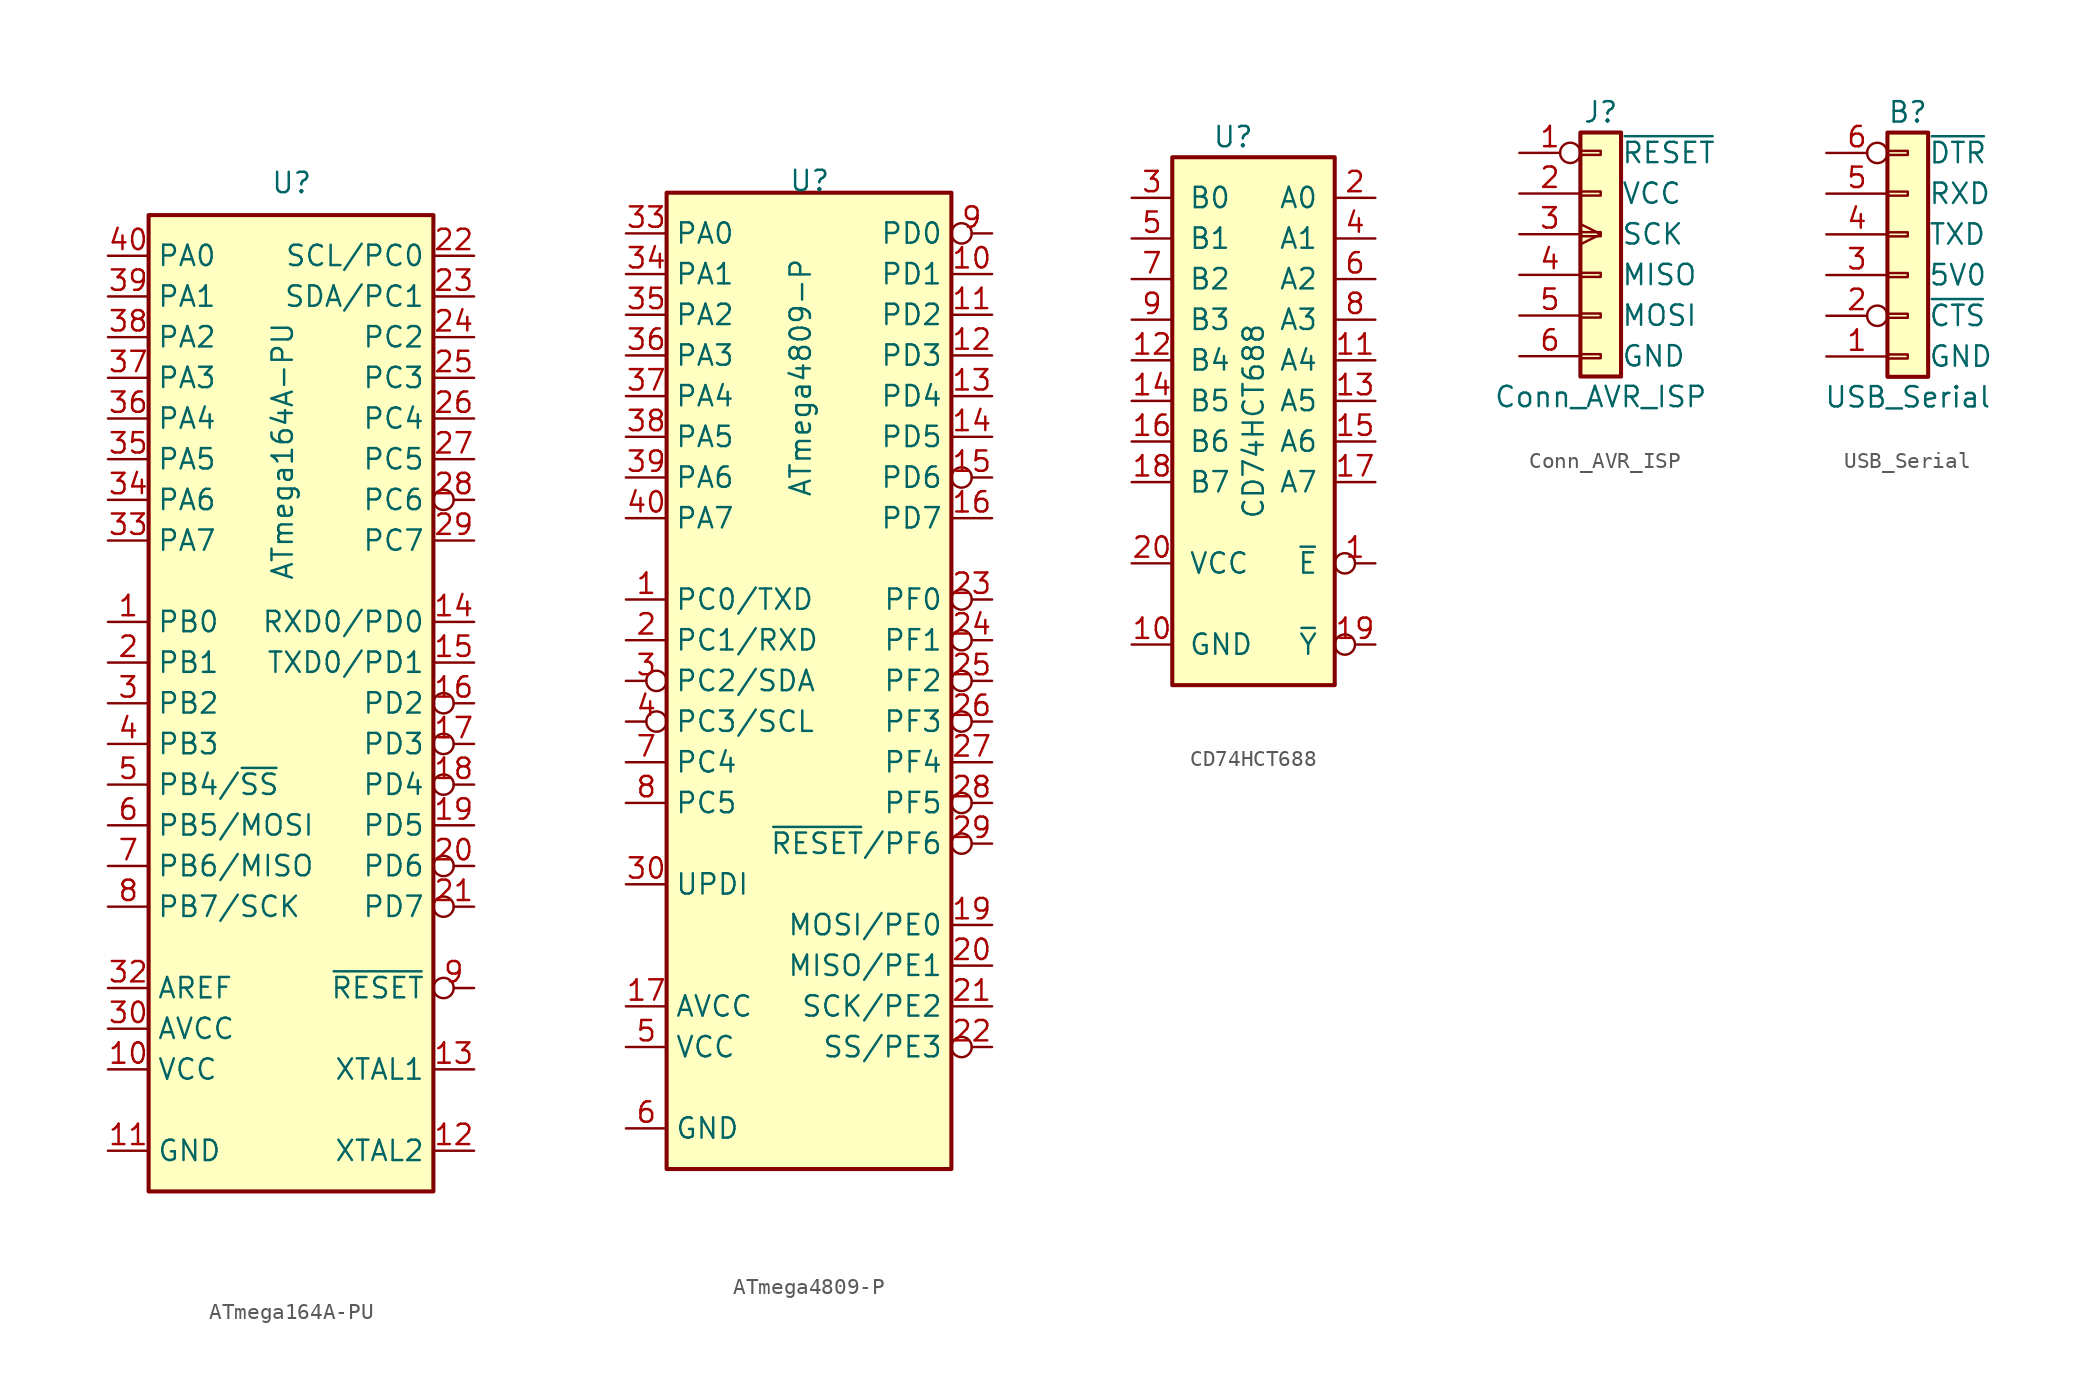
<source format=kicad_sym>
(kicad_symbol_lib
  (version 20211014)
  (generator kicad_symbol_editor)
  (symbol "ATmega164A-PU"
    (property "Reference" "U"
      (at -1.27 31.75 0)
      (effects (font (size 1.27 1.27)) (justify left bottom)))
    (property "Value" "ATmega164A-PU"
      (at -1.27 7.62 90)
      (effects (font (size 1.27 1.27)) (justify left top)))
    (symbol "ATmega164A-PU_0_1"
      (rectangle (start -8.89 -30.48) (end 8.89 30.48) (stroke (width 0.254) (type default) (color 0 0 0 0)) (fill (type background))))
    (symbol "ATmega164A-PU_1_1"
      (pin output line (at -11.43 5.08 0) (length 2.54) (name "PB0" (effects (font (size 1.27 1.27)))) (number "1" (effects (font (size 1.27 1.27)))))
      (pin power_in line (at -11.43 -22.86 0) (length 2.54) (name "VCC" (effects (font (size 1.27 1.27)))) (number "10" (effects (font (size 1.27 1.27)))))
      (pin power_in line (at -11.43 -27.94 0) (length 2.54) (name "GND" (effects (font (size 1.27 1.27)))) (number "11" (effects (font (size 1.27 1.27)))))
      (pin output line (at 11.43 -27.94 180) (length 2.54) (name "XTAL2" (effects (font (size 1.27 1.27)))) (number "12" (effects (font (size 1.27 1.27)))))
      (pin input line (at 11.43 -22.86 180) (length 2.54) (name "XTAL1" (effects (font (size 1.27 1.27)))) (number "13" (effects (font (size 1.27 1.27)))))
      (pin input line (at 11.43 5.08 180) (length 2.54) (name "RXD0/PD0" (effects (font (size 1.27 1.27)))) (number "14" (effects (font (size 1.27 1.27)))))
      (pin output line (at 11.43 2.54 180) (length 2.54) (name "TXD0/PD1" (effects (font (size 1.27 1.27)))) (number "15" (effects (font (size 1.27 1.27)))))
      (pin input inverted (at 11.43 0 180) (length 2.54) (name "PD2" (effects (font (size 1.27 1.27)))) (number "16" (effects (font (size 1.27 1.27)))))
      (pin input inverted (at 11.43 -2.54 180) (length 2.54) (name "PD3" (effects (font (size 1.27 1.27)))) (number "17" (effects (font (size 1.27 1.27)))))
      (pin output inverted (at 11.43 -5.08 180) (length 2.54) (name "PD4" (effects (font (size 1.27 1.27)))) (number "18" (effects (font (size 1.27 1.27)))))
      (pin input line (at 11.43 -7.62 180) (length 2.54) (name "PD5" (effects (font (size 1.27 1.27)))) (number "19" (effects (font (size 1.27 1.27)))))
      (pin output line (at -11.43 2.54 0) (length 2.54) (name "PB1" (effects (font (size 1.27 1.27)))) (number "2" (effects (font (size 1.27 1.27)))))
      (pin output inverted (at 11.43 -10.16 180) (length 2.54) (name "PD6" (effects (font (size 1.27 1.27)))) (number "20" (effects (font (size 1.27 1.27)))))
      (pin output inverted (at 11.43 -12.7 180) (length 2.54) (name "PD7" (effects (font (size 1.27 1.27)))) (number "21" (effects (font (size 1.27 1.27)))))
      (pin bidirectional line (at 11.43 27.94 180) (length 2.54) (name "SCL/PC0" (effects (font (size 1.27 1.27)))) (number "22" (effects (font (size 1.27 1.27)))))
      (pin bidirectional line (at 11.43 25.4 180) (length 2.54) (name "SDA/PC1" (effects (font (size 1.27 1.27)))) (number "23" (effects (font (size 1.27 1.27)))))
      (pin input line (at 11.43 22.86 180) (length 2.54) (name "PC2" (effects (font (size 1.27 1.27)))) (number "24" (effects (font (size 1.27 1.27)))))
      (pin input line (at 11.43 20.32 180) (length 2.54) (name "PC3" (effects (font (size 1.27 1.27)))) (number "25" (effects (font (size 1.27 1.27)))))
      (pin input line (at 11.43 17.78 180) (length 2.54) (name "PC4" (effects (font (size 1.27 1.27)))) (number "26" (effects (font (size 1.27 1.27)))))
      (pin input line (at 11.43 15.24 180) (length 2.54) (name "PC5" (effects (font (size 1.27 1.27)))) (number "27" (effects (font (size 1.27 1.27)))))
      (pin output inverted (at 11.43 12.7 180) (length 2.54) (name "PC6" (effects (font (size 1.27 1.27)))) (number "28" (effects (font (size 1.27 1.27)))))
      (pin input line (at 11.43 10.16 180) (length 2.54) (name "PC7" (effects (font (size 1.27 1.27)))) (number "29" (effects (font (size 1.27 1.27)))))
      (pin output line (at -11.43 0 0) (length 2.54) (name "PB2" (effects (font (size 1.27 1.27)))) (number "3" (effects (font (size 1.27 1.27)))))
      (pin power_in line (at -11.43 -20.32 0) (length 2.54) (name "AVCC" (effects (font (size 1.27 1.27)))) (number "30" (effects (font (size 1.27 1.27)))))
      (pin power_in line (at -11.43 -27.94 0) (length 2.54) hide (name "GND" (effects (font (size 1.27 1.27)))) (number "31" (effects (font (size 1.27 1.27)))))
      (pin passive line (at -11.43 -17.78 0) (length 2.54) (name "AREF" (effects (font (size 1.27 1.27)))) (number "32" (effects (font (size 1.27 1.27)))))
      (pin bidirectional line (at -11.43 10.16 0) (length 2.54) (name "PA7" (effects (font (size 1.27 1.27)))) (number "33" (effects (font (size 1.27 1.27)))))
      (pin bidirectional line (at -11.43 12.7 0) (length 2.54) (name "PA6" (effects (font (size 1.27 1.27)))) (number "34" (effects (font (size 1.27 1.27)))))
      (pin bidirectional line (at -11.43 15.24 0) (length 2.54) (name "PA5" (effects (font (size 1.27 1.27)))) (number "35" (effects (font (size 1.27 1.27)))))
      (pin bidirectional line (at -11.43 17.78 0) (length 2.54) (name "PA4" (effects (font (size 1.27 1.27)))) (number "36" (effects (font (size 1.27 1.27)))))
      (pin bidirectional line (at -11.43 20.32 0) (length 2.54) (name "PA3" (effects (font (size 1.27 1.27)))) (number "37" (effects (font (size 1.27 1.27)))))
      (pin bidirectional line (at -11.43 22.86 0) (length 2.54) (name "PA2" (effects (font (size 1.27 1.27)))) (number "38" (effects (font (size 1.27 1.27)))))
      (pin bidirectional line (at -11.43 25.4 0) (length 2.54) (name "PA1" (effects (font (size 1.27 1.27)))) (number "39" (effects (font (size 1.27 1.27)))))
      (pin input line (at -11.43 -2.54 0) (length 2.54) (name "PB3" (effects (font (size 1.27 1.27)))) (number "4" (effects (font (size 1.27 1.27)))))
      (pin bidirectional line (at -11.43 27.94 0) (length 2.54) (name "PA0" (effects (font (size 1.27 1.27)))) (number "40" (effects (font (size 1.27 1.27)))))
      (pin output line (at -11.43 -5.08 0) (length 2.54) (name "PB4/~{SS}" (effects (font (size 1.27 1.27)))) (number "5" (effects (font (size 1.27 1.27)))))
      (pin output line (at -11.43 -7.62 0) (length 2.54) (name "PB5/MOSI" (effects (font (size 1.27 1.27)))) (number "6" (effects (font (size 1.27 1.27)))))
      (pin input line (at -11.43 -10.16 0) (length 2.54) (name "PB6/MISO" (effects (font (size 1.27 1.27)))) (number "7" (effects (font (size 1.27 1.27)))))
      (pin output line (at -11.43 -12.7 0) (length 2.54) (name "PB7/SCK" (effects (font (size 1.27 1.27)))) (number "8" (effects (font (size 1.27 1.27)))))
      (pin input inverted (at 11.43 -17.78 180) (length 2.54) (name "~{RESET}" (effects (font (size 1.27 1.27)))) (number "9" (effects (font (size 1.27 1.27)))))))
  (symbol "ATmega4809-P"
    (property "Reference" "U"
      (at -1.27 30.48 0)
      (effects (font (size 1.27 1.27)) (justify left bottom)))
    (property "Value" "ATmega4809-P"
      (at -1.27 11.43 90)
      (effects (font (size 1.27 1.27)) (justify left top)))
    (symbol "ATmega4809-P_0_1"
      (rectangle (start -8.89 -30.48) (end 8.89 30.48) (stroke (width 0.254) (type default) (color 0 0 0 0)) (fill (type background))))
    (symbol "ATmega4809-P_1_1"
      (pin output line (at -11.43 5.08 0) (length 2.54) (name "PC0/TXD" (effects (font (size 1.27 1.27)))) (number "1" (effects (font (size 1.27 1.27)))))
      (pin input line (at 11.43 25.4 180) (length 2.54) (name "PD1" (effects (font (size 1.27 1.27)))) (number "10" (effects (font (size 1.27 1.27)))))
      (pin input line (at 11.43 22.86 180) (length 2.54) (name "PD2" (effects (font (size 1.27 1.27)))) (number "11" (effects (font (size 1.27 1.27)))))
      (pin input line (at 11.43 20.32 180) (length 2.54) (name "PD3" (effects (font (size 1.27 1.27)))) (number "12" (effects (font (size 1.27 1.27)))))
      (pin input line (at 11.43 17.78 180) (length 2.54) (name "PD4" (effects (font (size 1.27 1.27)))) (number "13" (effects (font (size 1.27 1.27)))))
      (pin input line (at 11.43 15.24 180) (length 2.54) (name "PD5" (effects (font (size 1.27 1.27)))) (number "14" (effects (font (size 1.27 1.27)))))
      (pin output inverted (at 11.43 12.7 180) (length 2.54) (name "PD6" (effects (font (size 1.27 1.27)))) (number "15" (effects (font (size 1.27 1.27)))))
      (pin input line (at 11.43 10.16 180) (length 2.54) (name "PD7" (effects (font (size 1.27 1.27)))) (number "16" (effects (font (size 1.27 1.27)))))
      (pin power_in line (at -11.43 -20.32 0) (length 2.54) (name "AVCC" (effects (font (size 1.27 1.27)))) (number "17" (effects (font (size 1.27 1.27)))))
      (pin power_in line (at -11.43 -27.94 0) (length 2.54) hide (name "GND" (effects (font (size 1.27 1.27)))) (number "18" (effects (font (size 1.27 1.27)))))
      (pin output line (at 11.43 -15.24 180) (length 2.54) (name "MOSI/PE0" (effects (font (size 1.27 1.27)))) (number "19" (effects (font (size 1.27 1.27)))))
      (pin input line (at -11.43 2.54 0) (length 2.54) (name "PC1/RXD" (effects (font (size 1.27 1.27)))) (number "2" (effects (font (size 1.27 1.27)))))
      (pin input line (at 11.43 -17.78 180) (length 2.54) (name "MISO/PE1" (effects (font (size 1.27 1.27)))) (number "20" (effects (font (size 1.27 1.27)))))
      (pin output line (at 11.43 -20.32 180) (length 2.54) (name "SCK/PE2" (effects (font (size 1.27 1.27)))) (number "21" (effects (font (size 1.27 1.27)))))
      (pin output inverted (at 11.43 -22.86 180) (length 2.54) (name "SS/PE3" (effects (font (size 1.27 1.27)))) (number "22" (effects (font (size 1.27 1.27)))))
      (pin output inverted (at 11.43 5.08 180) (length 2.54) (name "PF0" (effects (font (size 1.27 1.27)))) (number "23" (effects (font (size 1.27 1.27)))))
      (pin output inverted (at 11.43 2.54 180) (length 2.54) (name "PF1" (effects (font (size 1.27 1.27)))) (number "24" (effects (font (size 1.27 1.27)))))
      (pin input inverted (at 11.43 0 180) (length 2.54) (name "PF2" (effects (font (size 1.27 1.27)))) (number "25" (effects (font (size 1.27 1.27)))))
      (pin output inverted (at 11.43 -2.54 180) (length 2.54) (name "PF3" (effects (font (size 1.27 1.27)))) (number "26" (effects (font (size 1.27 1.27)))))
      (pin output line (at 11.43 -5.08 180) (length 2.54) (name "PF4" (effects (font (size 1.27 1.27)))) (number "27" (effects (font (size 1.27 1.27)))))
      (pin input inverted (at 11.43 -7.62 180) (length 2.54) (name "PF5" (effects (font (size 1.27 1.27)))) (number "28" (effects (font (size 1.27 1.27)))))
      (pin input inverted (at 11.43 -10.16 180) (length 2.54) (name "~{RESET}/PF6" (effects (font (size 1.27 1.27)))) (number "29" (effects (font (size 1.27 1.27)))))
      (pin output inverted (at -11.43 0 0) (length 2.54) (name "PC2/SDA" (effects (font (size 1.27 1.27)))) (number "3" (effects (font (size 1.27 1.27)))))
      (pin bidirectional line (at -11.43 -12.7 0) (length 2.54) (name "UPDI" (effects (font (size 1.27 1.27)))) (number "30" (effects (font (size 1.27 1.27)))))
      (pin power_in line (at -11.43 -22.86 0) (length 2.54) hide (name "VCC" (effects (font (size 1.27 1.27)))) (number "31" (effects (font (size 1.27 1.27)))))
      (pin power_in line (at -11.43 -27.94 0) (length 2.54) hide (name "GND" (effects (font (size 1.27 1.27)))) (number "32" (effects (font (size 1.27 1.27)))))
      (pin bidirectional line (at -11.43 27.94 0) (length 2.54) (name "PA0" (effects (font (size 1.27 1.27)))) (number "33" (effects (font (size 1.27 1.27)))))
      (pin bidirectional line (at -11.43 25.4 0) (length 2.54) (name "PA1" (effects (font (size 1.27 1.27)))) (number "34" (effects (font (size 1.27 1.27)))))
      (pin bidirectional line (at -11.43 22.86 0) (length 2.54) (name "PA2" (effects (font (size 1.27 1.27)))) (number "35" (effects (font (size 1.27 1.27)))))
      (pin bidirectional line (at -11.43 20.32 0) (length 2.54) (name "PA3" (effects (font (size 1.27 1.27)))) (number "36" (effects (font (size 1.27 1.27)))))
      (pin bidirectional line (at -11.43 17.78 0) (length 2.54) (name "PA4" (effects (font (size 1.27 1.27)))) (number "37" (effects (font (size 1.27 1.27)))))
      (pin bidirectional line (at -11.43 15.24 0) (length 2.54) (name "PA5" (effects (font (size 1.27 1.27)))) (number "38" (effects (font (size 1.27 1.27)))))
      (pin bidirectional line (at -11.43 12.7 0) (length 2.54) (name "PA6" (effects (font (size 1.27 1.27)))) (number "39" (effects (font (size 1.27 1.27)))))
      (pin output inverted (at -11.43 -2.54 0) (length 2.54) (name "PC3/SCL" (effects (font (size 1.27 1.27)))) (number "4" (effects (font (size 1.27 1.27)))))
      (pin bidirectional line (at -11.43 10.16 0) (length 2.54) (name "PA7" (effects (font (size 1.27 1.27)))) (number "40" (effects (font (size 1.27 1.27)))))
      (pin power_in line (at -11.43 -22.86 0) (length 2.54) (name "VCC" (effects (font (size 1.27 1.27)))) (number "5" (effects (font (size 1.27 1.27)))))
      (pin power_in line (at -11.43 -27.94 0) (length 2.54) (name "GND" (effects (font (size 1.27 1.27)))) (number "6" (effects (font (size 1.27 1.27)))))
      (pin input line (at -11.43 -5.08 0) (length 2.54) (name "PC4" (effects (font (size 1.27 1.27)))) (number "7" (effects (font (size 1.27 1.27)))))
      (pin input line (at -11.43 -7.62 0) (length 2.54) (name "PC5" (effects (font (size 1.27 1.27)))) (number "8" (effects (font (size 1.27 1.27)))))
      (pin output inverted (at 11.43 27.94 180) (length 2.54) (name "PD0" (effects (font (size 1.27 1.27)))) (number "9" (effects (font (size 1.27 1.27)))))))
  (symbol "CD74HCT688"
    (pin_names
      (offset 1.016))
    (property "Reference" "U"
      (at -1.27 17.78 0)
      (effects (font (size 1.27 1.27))))
    (property "Value" "CD74HCT688"
      (at 0 0 90)
      (effects (font (size 1.27 1.27))))
    (property "ki_locked" ""
      (at 0 0 0)
      (effects (font (size 1.27 1.27))))
    (symbol "CD74HCT688_1_0"
      (pin input inverted (at 7.62 -8.89 180) (length 2.54) (name "~{E}" (effects (font (size 1.27 1.27)))) (number "1" (effects (font (size 1.27 1.27)))))
      (pin power_in line (at -7.62 -13.97 0) (length 2.54) (name "GND" (effects (font (size 1.27 1.27)))) (number "10" (effects (font (size 1.27 1.27)))))
      (pin input line (at 7.62 3.81 180) (length 2.54) (name "A4" (effects (font (size 1.27 1.27)))) (number "11" (effects (font (size 1.27 1.27)))))
      (pin input line (at -7.62 3.81 0) (length 2.54) (name "B4" (effects (font (size 1.27 1.27)))) (number "12" (effects (font (size 1.27 1.27)))))
      (pin input line (at 7.62 1.27 180) (length 2.54) (name "A5" (effects (font (size 1.27 1.27)))) (number "13" (effects (font (size 1.27 1.27)))))
      (pin input line (at -7.62 1.27 0) (length 2.54) (name "B5" (effects (font (size 1.27 1.27)))) (number "14" (effects (font (size 1.27 1.27)))))
      (pin input line (at 7.62 -1.27 180) (length 2.54) (name "A6" (effects (font (size 1.27 1.27)))) (number "15" (effects (font (size 1.27 1.27)))))
      (pin input line (at -7.62 -1.27 0) (length 2.54) (name "B6" (effects (font (size 1.27 1.27)))) (number "16" (effects (font (size 1.27 1.27)))))
      (pin input line (at 7.62 -3.81 180) (length 2.54) (name "A7" (effects (font (size 1.27 1.27)))) (number "17" (effects (font (size 1.27 1.27)))))
      (pin input line (at -7.62 -3.81 0) (length 2.54) (name "B7" (effects (font (size 1.27 1.27)))) (number "18" (effects (font (size 1.27 1.27)))))
      (pin output inverted (at 7.62 -13.97 180) (length 2.54) (name "~{Y}" (effects (font (size 1.27 1.27)))) (number "19" (effects (font (size 1.27 1.27)))))
      (pin input line (at 7.62 13.97 180) (length 2.54) (name "A0" (effects (font (size 1.27 1.27)))) (number "2" (effects (font (size 1.27 1.27)))))
      (pin power_in line (at -7.62 -8.89 0) (length 2.54) (name "VCC" (effects (font (size 1.27 1.27)))) (number "20" (effects (font (size 1.27 1.27)))))
      (pin input line (at -7.62 13.97 0) (length 2.54) (name "B0" (effects (font (size 1.27 1.27)))) (number "3" (effects (font (size 1.27 1.27)))))
      (pin input line (at 7.62 11.43 180) (length 2.54) (name "A1" (effects (font (size 1.27 1.27)))) (number "4" (effects (font (size 1.27 1.27)))))
      (pin input line (at -7.62 11.43 0) (length 2.54) (name "B1" (effects (font (size 1.27 1.27)))) (number "5" (effects (font (size 1.27 1.27)))))
      (pin input line (at 7.62 8.89 180) (length 2.54) (name "A2" (effects (font (size 1.27 1.27)))) (number "6" (effects (font (size 1.27 1.27)))))
      (pin input line (at -7.62 8.89 0) (length 2.54) (name "B2" (effects (font (size 1.27 1.27)))) (number "7" (effects (font (size 1.27 1.27)))))
      (pin input line (at 7.62 6.35 180) (length 2.54) (name "A3" (effects (font (size 1.27 1.27)))) (number "8" (effects (font (size 1.27 1.27)))))
      (pin input line (at -7.62 6.35 0) (length 2.54) (name "B3" (effects (font (size 1.27 1.27)))) (number "9" (effects (font (size 1.27 1.27))))))
    (symbol "CD74HCT688_1_1"
      (rectangle (start -5.08 16.51) (end 5.08 -16.51) (stroke (width 0.254) (type default) (color 0 0 0 0)) (fill (type background)))))
  (symbol "Conn_AVR_ISP"
    (pin_names
      (offset 2.54))
    (property "Reference" "J"
      (at 0 7.62 0)
      (effects (font (size 1.27 1.27))))
    (property "Value" "Conn_AVR_ISP"
      (at 0 -10.16 0)
      (effects (font (size 1.27 1.27))))
    (symbol "Conn_AVR_ISP_1_1"
      (rectangle (start -1.27 -7.493) (end 0 -7.747) (stroke (width 0.152) (type default) (color 0 0 0 0)) (fill (type none)))
      (rectangle (start -1.27 -4.953) (end 0 -5.207) (stroke (width 0.152) (type default) (color 0 0 0 0)) (fill (type none)))
      (rectangle (start -1.27 -2.413) (end 0 -2.667) (stroke (width 0.152) (type default) (color 0 0 0 0)) (fill (type none)))
      (rectangle (start -1.27 0.127) (end 0 -0.127) (stroke (width 0.152) (type default) (color 0 0 0 0)) (fill (type none)))
      (rectangle (start -1.27 2.667) (end 0 2.413) (stroke (width 0.152) (type default) (color 0 0 0 0)) (fill (type none)))
      (rectangle (start -1.27 5.207) (end 0 4.953) (stroke (width 0.152) (type default) (color 0 0 0 0)) (fill (type none)))
      (rectangle (start -1.27 6.35) (end 1.27 -8.89) (stroke (width 0.254) (type default) (color 0 0 0 0)) (fill (type background)))
      (pin output inverted (at -5.08 5.08 0) (length 3.81) (name "~{RESET}" (effects (font (size 1.27 1.27)))) (number "1" (effects (font (size 1.27 1.27)))))
      (pin passive line (at -5.08 2.54 0) (length 3.81) (name "VCC" (effects (font (size 1.27 1.27)))) (number "2" (effects (font (size 1.27 1.27)))))
      (pin passive clock (at -5.08 0 0) (length 3.81) (name "SCK" (effects (font (size 1.27 1.27)))) (number "3" (effects (font (size 1.27 1.27)))))
      (pin passive line (at -5.08 -2.54 0) (length 3.81) (name "MISO" (effects (font (size 1.27 1.27)))) (number "4" (effects (font (size 1.27 1.27)))))
      (pin passive line (at -5.08 -5.08 0) (length 3.81) (name "MOSI" (effects (font (size 1.27 1.27)))) (number "5" (effects (font (size 1.27 1.27)))))
      (pin passive line (at -5.08 -7.62 0) (length 3.81) (name "GND" (effects (font (size 1.27 1.27)))) (number "6" (effects (font (size 1.27 1.27)))))))
  (symbol "USB_Serial"
    (pin_names
      (offset 2.54))
    (property "Reference" "B"
      (at 0 7.62 0)
      (effects (font (size 1.27 1.27))))
    (property "Value" "USB_Serial"
      (at 0 -10.16 0)
      (effects (font (size 1.27 1.27))))
    (symbol "USB_Serial_1_1"
      (rectangle (start -1.27 -7.493) (end 0 -7.747) (stroke (width 0.152) (type default) (color 0 0 0 0)) (fill (type none)))
      (rectangle (start -1.27 -4.953) (end 0 -5.207) (stroke (width 0.152) (type default) (color 0 0 0 0)) (fill (type none)))
      (rectangle (start -1.27 -2.413) (end 0 -2.667) (stroke (width 0.152) (type default) (color 0 0 0 0)) (fill (type none)))
      (rectangle (start -1.27 0.127) (end 0 -0.127) (stroke (width 0.152) (type default) (color 0 0 0 0)) (fill (type none)))
      (rectangle (start -1.27 2.667) (end 0 2.413) (stroke (width 0.152) (type default) (color 0 0 0 0)) (fill (type none)))
      (rectangle (start -1.27 5.207) (end 0 4.953) (stroke (width 0.152) (type default) (color 0 0 0 0)) (fill (type none)))
      (rectangle (start -1.27 6.35) (end 1.27 -8.89) (stroke (width 0.254) (type default) (color 0 0 0 0)) (fill (type background)))
      (pin power_out line (at -5.08 -7.62 0) (length 3.81) (name "GND" (effects (font (size 1.27 1.27)))) (number "1" (effects (font (size 1.27 1.27)))))
      (pin input inverted (at -5.08 -5.08 0) (length 3.81) (name "~{CTS}" (effects (font (size 1.27 1.27)))) (number "2" (effects (font (size 1.27 1.27)))))
      (pin power_out line (at -5.08 -2.54 0) (length 3.81) (name "5V0" (effects (font (size 1.27 1.27)))) (number "3" (effects (font (size 1.27 1.27)))))
      (pin input line (at -5.08 0 0) (length 3.81) (name "TXD" (effects (font (size 1.27 1.27)))) (number "4" (effects (font (size 1.27 1.27)))))
      (pin output line (at -5.08 2.54 0) (length 3.81) (name "RXD" (effects (font (size 1.27 1.27)))) (number "5" (effects (font (size 1.27 1.27)))))
      (pin output inverted (at -5.08 5.08 0) (length 3.81) (name "~{DTR}" (effects (font (size 1.27 1.27)))) (number "6" (effects (font (size 1.27 1.27))))))))
</source>
